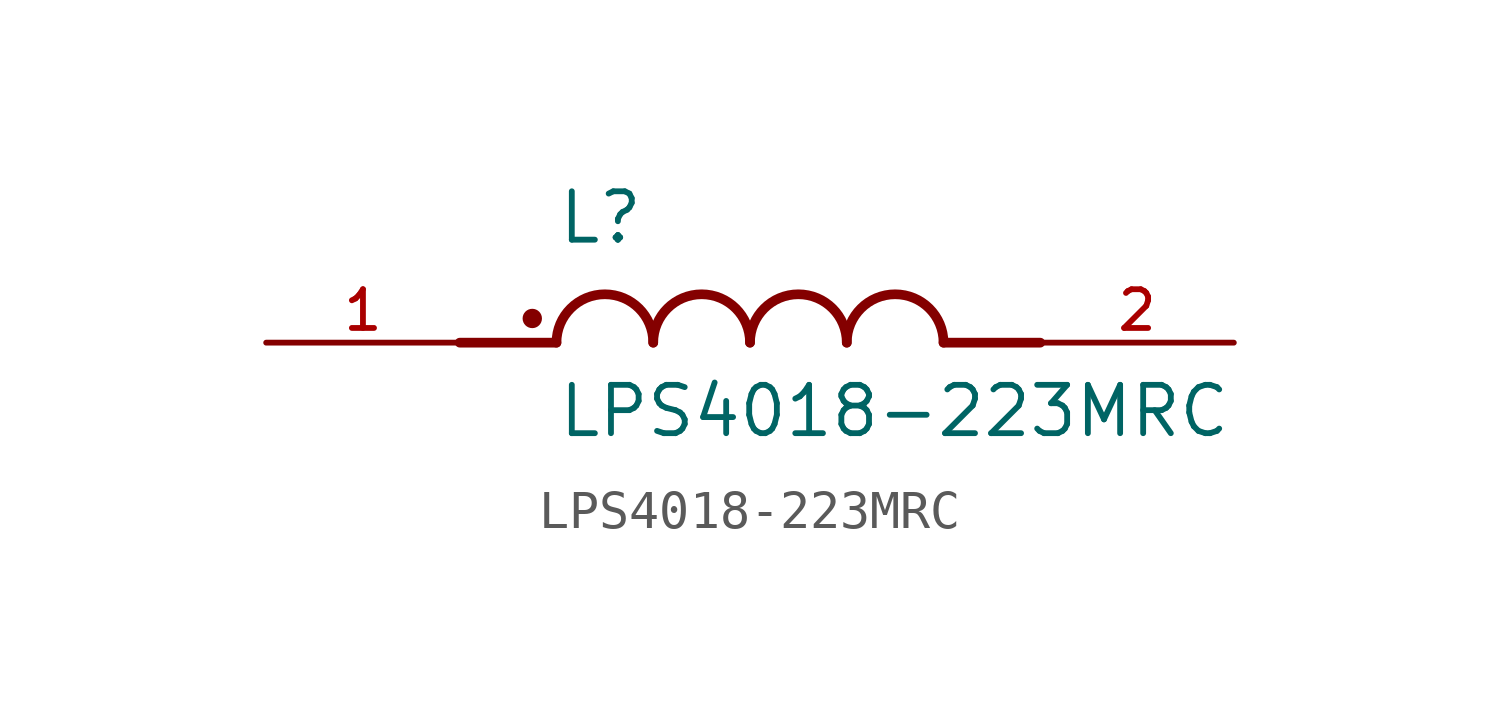
<source format=kicad_sym>
(kicad_symbol_lib
  (version 20211014)
  (generator kicad_symbol_editor)
  (symbol "LPS4018-223MRC"
    (pin_names
      (offset 1.016))
    (property "Reference" "L"
      (at -5.08 2.54 0)
      (effects (font (size 1.27 1.27)) (justify bottom left)))
    (property "Value" "LPS4018-223MRC"
      (at -5.08 -2.54 0)
      (effects (font (size 1.27 1.27)) (justify bottom left)))
    (symbol "LPS4018-223MRC_0_0"
      (polyline (pts (xy -5.08 0.0) (xy -7.62 0.0)) (stroke (width 0.254)))
      (polyline (pts (xy 5.08 0.0) (xy 7.62 0.0)) (stroke (width 0.254)))
      (arc (start -2.54 0.0) (mid -3.81 1.27) (end -5.08 0.0) (stroke (width 0.254) (type default) (color 0 0 0 0)) (fill (type none)))
      (arc (start 0.0 0.0) (mid -1.27 1.27) (end -2.54 0.0) (stroke (width 0.254) (type default) (color 0 0 0 0)) (fill (type none)))
      (arc (start 2.54 0.0) (mid 1.27 1.27) (end 0.0 0.0) (stroke (width 0.254) (type default) (color 0 0 0 0)) (fill (type none)))
      (arc (start 5.08 0.0) (mid 3.81 1.27) (end 2.54 0.0) (stroke (width 0.254) (type default) (color 0 0 0 0)) (fill (type none)))
      (circle (center -5.715 0.635) (radius 0.127) (stroke (width 0.254)) (fill (type none)))
      (pin passive line (at -12.7 0.0 0) (length 5.08) (name "~" (effects (font (size 1.016 1.016)))) (number "1" (effects (font (size 1.016 1.016)))))
      (pin passive line (at 12.7 0.0 180.0) (length 5.08) (name "~" (effects (font (size 1.016 1.016)))) (number "2" (effects (font (size 1.016 1.016))))))))
</source>
